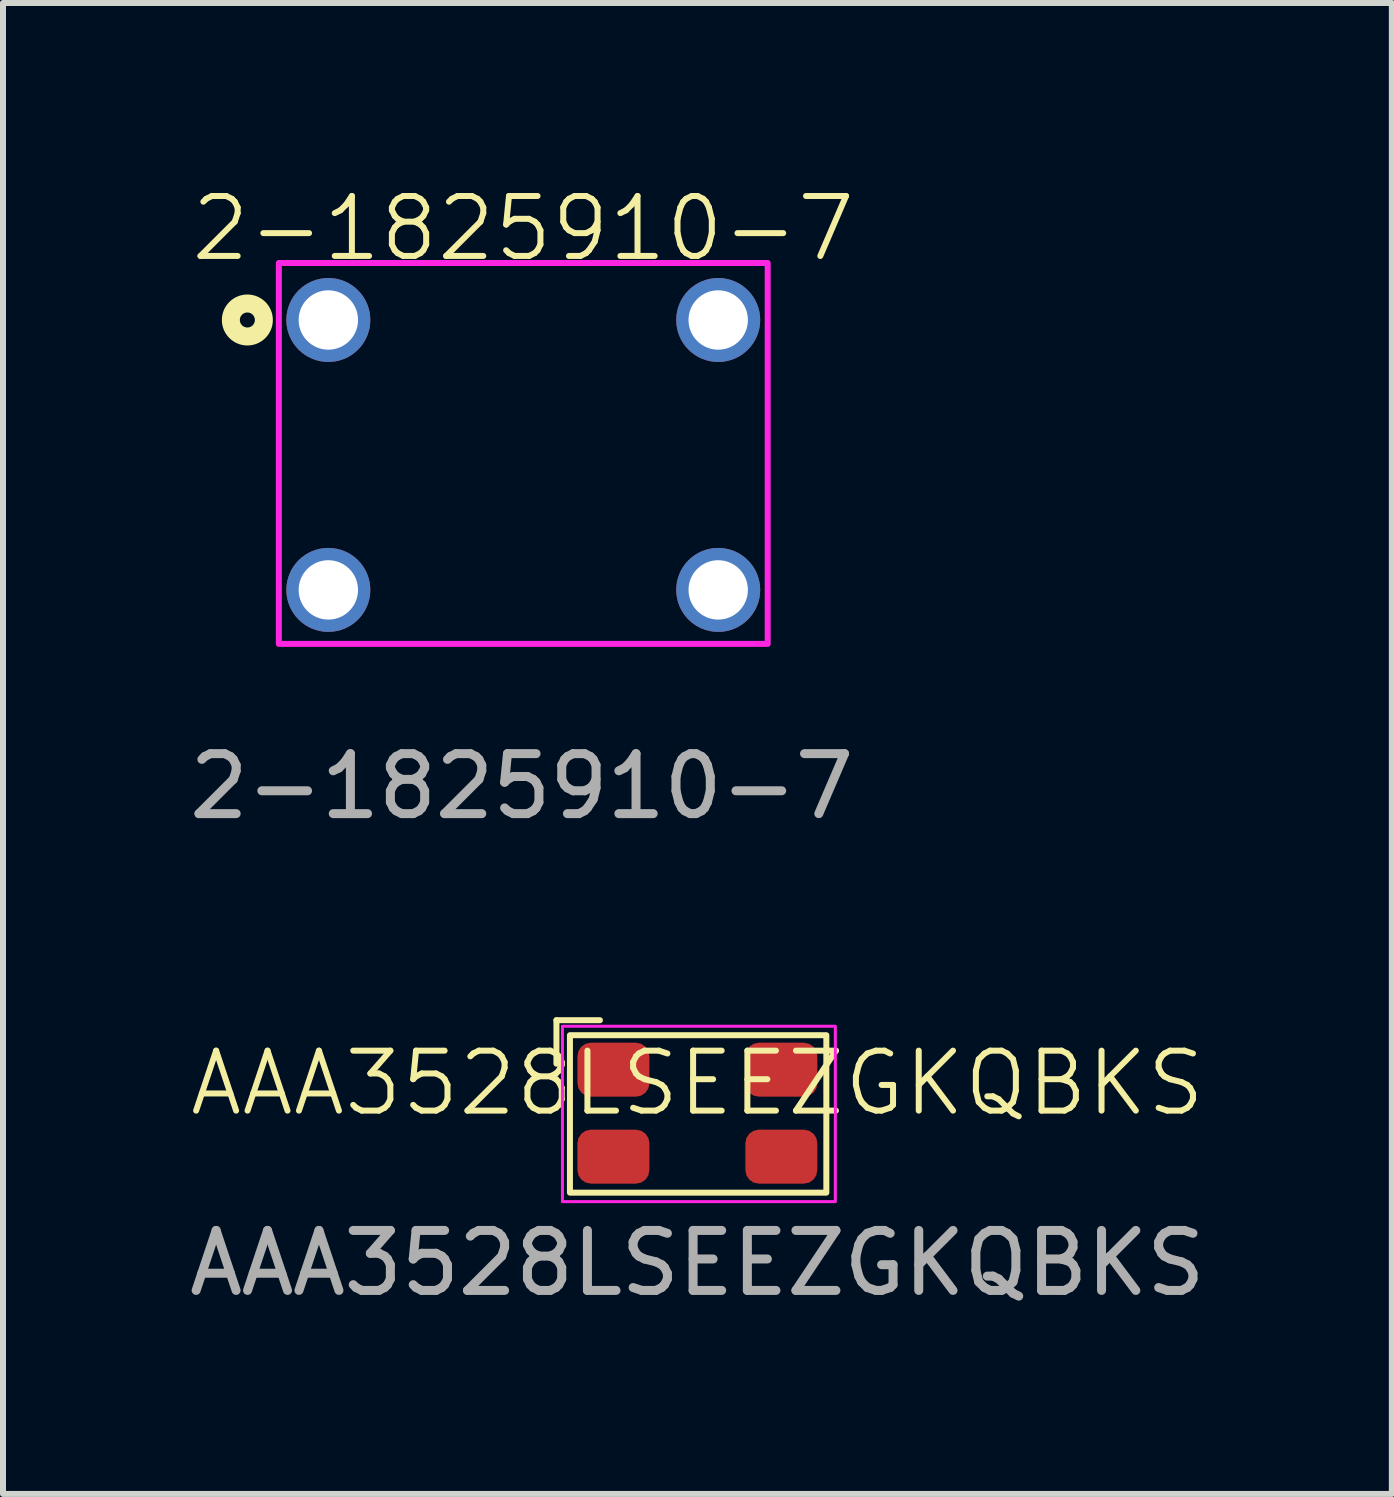
<source format=kicad_pcb>
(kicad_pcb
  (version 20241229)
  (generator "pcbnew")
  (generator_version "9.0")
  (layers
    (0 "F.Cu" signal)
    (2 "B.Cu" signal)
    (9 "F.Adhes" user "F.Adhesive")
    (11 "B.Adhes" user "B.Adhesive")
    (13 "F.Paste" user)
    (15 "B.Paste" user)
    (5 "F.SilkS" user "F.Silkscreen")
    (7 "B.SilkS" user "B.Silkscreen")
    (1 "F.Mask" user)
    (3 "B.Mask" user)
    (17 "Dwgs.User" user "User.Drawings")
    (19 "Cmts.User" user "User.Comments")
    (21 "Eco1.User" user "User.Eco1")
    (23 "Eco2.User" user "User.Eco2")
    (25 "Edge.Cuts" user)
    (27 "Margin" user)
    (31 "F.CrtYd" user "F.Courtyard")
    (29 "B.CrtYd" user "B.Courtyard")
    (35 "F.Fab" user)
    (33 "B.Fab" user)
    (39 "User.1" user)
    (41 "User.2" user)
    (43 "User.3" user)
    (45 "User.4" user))
  (footprint "2-1825910-7"
    (layer "F.Cu")
    (at 5.674 4.535)
    (property "Reference" "2-1825910-7" (at 0 -3.775 0) (unlocked yes) (layer "F.SilkS") (effects (font (size 1 1) (thickness 0.1))))
    (attr through_hole)
    (fp_circle (center -4.6 -2.25) (end -4.475 -2.25) (stroke (width 0.3) (type default)) (fill no) (layer "F.SilkS"))
    (fp_rect (start -4.075 -3.2) (end 4.075 3.15) (stroke (width 0.1) (type default)) (fill no) (layer "F.CrtYd"))
    (fp_text user "${REFERENCE}" (at -0.025 5.525 0) (unlocked yes) (layer "F.Fab") (effects (font (size 1 1) (thickness 0.15))))
    (pad "1" thru_hole circle (at -3.25 -2.25) (size 1.4 1.4) (drill 0.99) (layers "*.Cu" "*.Mask"))
    (pad "2" thru_hole circle (at 3.25 -2.25) (size 1.4 1.4) (drill 0.99) (layers "*.Cu" "*.Mask"))
    (pad "3" thru_hole circle (at -3.25 2.25) (size 1.4 1.4) (drill 0.99) (layers "*.Cu" "*.Mask"))
    (pad "4" thru_hole circle (at 3.25 2.25) (size 1.4 1.4) (drill 0.99) (layers "*.Cu" "*.Mask")))
  (footprint "AAA3528LSEEZGKQBKS"
    (layer "F.Cu")
    (at 8.577 15.509)
    (property "Reference" "AAA3528LSEEZGKQBKS" (at 0 -0.5 0) (unlocked yes) (layer "F.SilkS") (effects (font (size 1 1) (thickness 0.1))))
    (attr smd)
    (fp_line (start -2.35 -0.825) (end -2.35 -1.55) (stroke (width 0.1) (type default)) (layer "F.SilkS"))
    (fp_line (start -1.625 -1.55) (end -2.35 -1.55) (stroke (width 0.1) (type default)) (layer "F.SilkS"))
    (fp_rect (start -2.125 -1.3) (end 2.15 1.325) (stroke (width 0.1) (type default)) (fill no) (layer "F.SilkS"))
    (fp_rect (start -2.25 -1.45) (end 2.3 1.475) (stroke (width 0.05) (type default)) (fill no) (layer "F.CrtYd"))
    (fp_text user "${REFERENCE}" (at 0 2.5 0) (unlocked yes) (layer "F.Fab") (effects (font (size 1 1) (thickness 0.15))))
    (pad "1" smd roundrect (at -1.4 -0.725) (size 1.2 0.9) (layers "F.Cu" "F.Mask" "F.Paste") (roundrect_rratio 0.25))
    (pad "2" smd roundrect (at 1.4 -0.725) (size 1.2 0.9) (layers "F.Cu" "F.Mask" "F.Paste") (roundrect_rratio 0.25))
    (pad "3" smd roundrect (at 1.4 0.725) (size 1.2 0.9) (layers "F.Cu" "F.Mask" "F.Paste") (roundrect_rratio 0.25))
    (pad "4" smd roundrect (at -1.4 0.725) (size 1.2 0.9) (layers "F.Cu" "F.Mask" "F.Paste") (roundrect_rratio 0.25)))
  (gr_rect
    (start -3 -3)
    (end 20.155 21.857)
    (stroke (width 0.1) (type default))
    (fill no)
    (layer "Edge.Cuts")))
</source>
